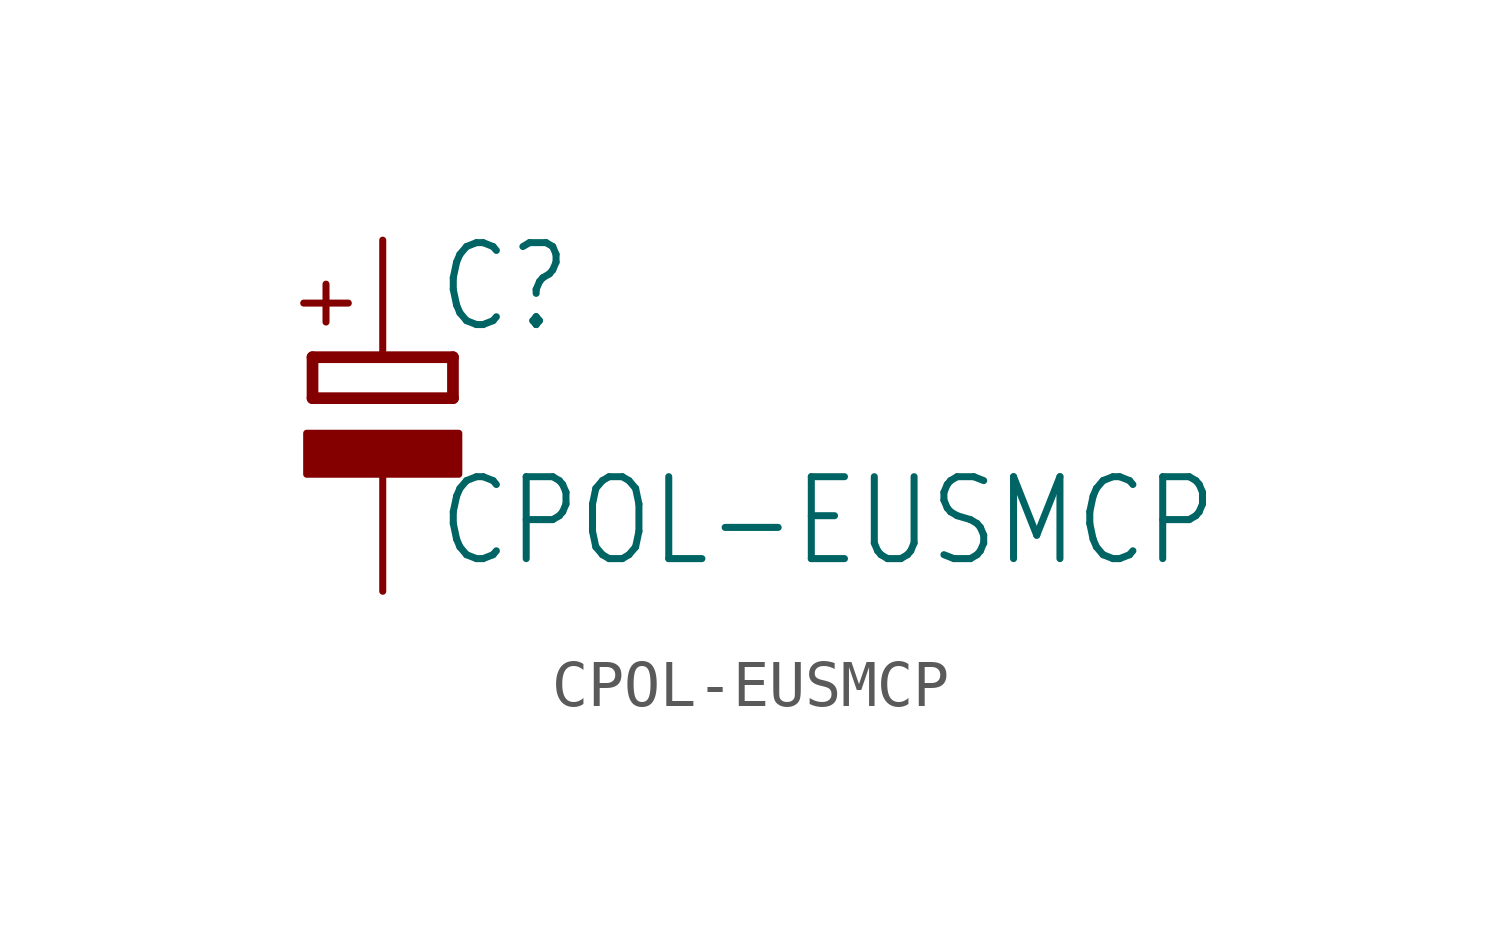
<source format=kicad_sym>
(kicad_symbol_lib
  (version 20220331)
  (generator kicad_symbol_editor)
  (symbol "CPOL-EUSMCP"
    (property "Reference" "C"
      (at 1.143 0.483 0)
      (effects (font (size 1.778 1.511)) (justify left bottom)))
    (property "Value" "CPOL-EUSMCP"
      (at 1.143 -4.597 0)
      (effects (font (size 1.778 1.511)) (justify left bottom)))
    (property "ki_locked" ""
      (at 0 0 0)
      (effects (font (size 1.27 1.27))))
    (symbol "CPOL-EUSMCP_1_0"
      (rectangle (start -1.651 -2.54) (end 1.651 -1.651) (stroke (width 0) (type default)) (fill (type outline)))
      (polyline (pts (xy -1.524 -0.889) (xy 1.524 -0.889)) (stroke (width 0.254) (type solid)) (fill (type none)))
      (polyline (pts (xy -1.524 0) (xy -1.524 -0.889)) (stroke (width 0.254) (type solid)) (fill (type none)))
      (polyline (pts (xy -1.524 0) (xy 1.524 0)) (stroke (width 0.254) (type solid)) (fill (type none)))
      (polyline (pts (xy 1.524 -0.889) (xy 1.524 0)) (stroke (width 0.254) (type solid)) (fill (type none)))
      (text "+" (at -0.584 0.406 900) (effects (font (size 1.27 1.079)) (justify left bottom)))
      (pin passive line (at 0 2.54 270) (length 2.54) (name "+" (effects (font (size 0 0)))) (number "+" (effects (font (size 0 0)))))
      (pin passive line (at 0 -5.08 90) (length 2.54) (name "-" (effects (font (size 0 0)))) (number "-" (effects (font (size 0 0))))))))
</source>
